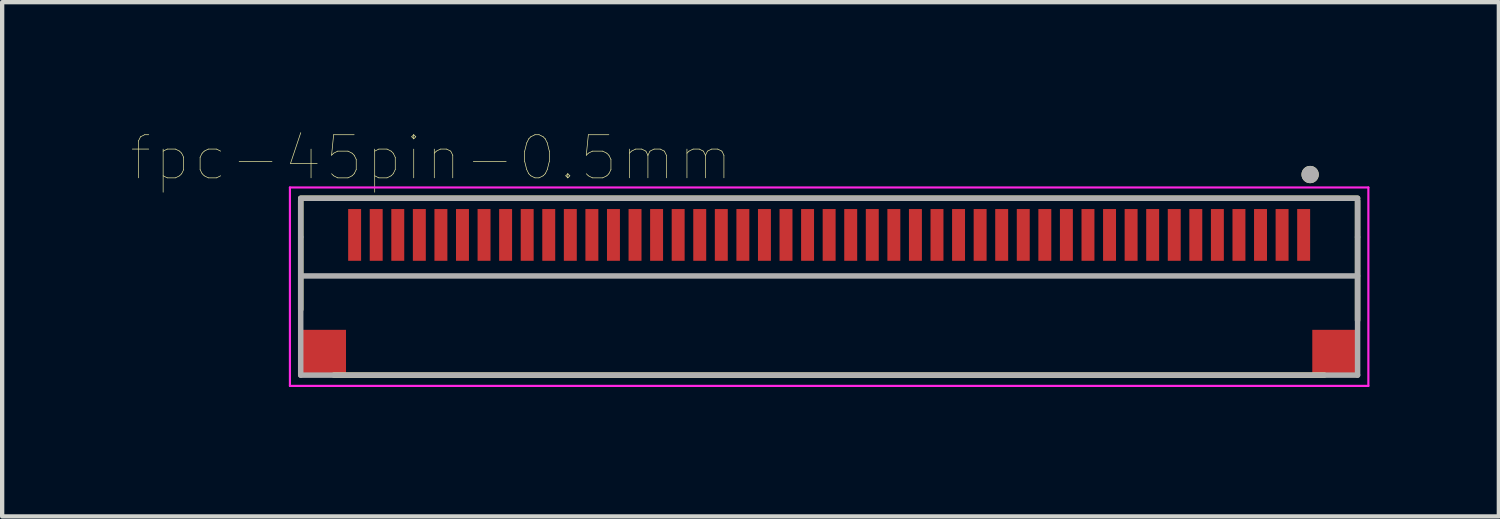
<source format=kicad_pcb>
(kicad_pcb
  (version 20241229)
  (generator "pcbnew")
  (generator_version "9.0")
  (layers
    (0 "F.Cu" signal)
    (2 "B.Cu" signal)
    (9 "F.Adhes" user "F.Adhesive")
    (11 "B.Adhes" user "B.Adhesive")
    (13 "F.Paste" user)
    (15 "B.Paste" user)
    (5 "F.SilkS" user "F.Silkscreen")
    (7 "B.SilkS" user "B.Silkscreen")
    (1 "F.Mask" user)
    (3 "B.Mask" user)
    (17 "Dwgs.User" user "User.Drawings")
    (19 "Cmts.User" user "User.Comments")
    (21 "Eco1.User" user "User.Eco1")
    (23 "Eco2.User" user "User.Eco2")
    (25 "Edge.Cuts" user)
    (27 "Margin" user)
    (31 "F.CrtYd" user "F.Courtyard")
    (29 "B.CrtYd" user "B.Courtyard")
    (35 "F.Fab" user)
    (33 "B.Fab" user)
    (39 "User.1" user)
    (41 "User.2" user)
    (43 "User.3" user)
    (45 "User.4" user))
  (footprint "fpc-45pin-0.5mm"
    (layer "F.Cu")
    (at 16.171 2.596)
    (property "Reference" "fpc-45pin-0.5mm" (at -9.225 -1.985 0) (layer "F.SilkS") (effects (font (size 1 1) (thickness 0.015))))
    (attr through_hole)
    (fp_line (start -12.25 -1.05) (end 12.25 -1.05) (stroke (width 0.127) (type solid)) (layer "F.SilkS"))
    (fp_line (start -12.25 1.53) (end -12.25 -1) (stroke (width 0.127) (type solid)) (layer "F.SilkS"))
    (fp_line (start -11.48 3.05) (end 11.48 3.05) (stroke (width 0.127) (type solid)) (layer "F.SilkS"))
    (fp_line (start 12.25 -1) (end 12.25 1.78) (stroke (width 0.127) (type solid)) (layer "F.SilkS"))
    (fp_circle (center 11.15 -1.6) (end 11.25 -1.6) (stroke (width 0.2) (type solid)) (fill no) (layer "F.SilkS"))
    (fp_poly (pts (xy -11.125 -0.4) (xy -10.875 -0.4) (xy -10.875 0.25) (xy -11.125 0.25)) (stroke (width 0.01) (type solid)) (fill yes) (layer "F.Paste"))
    (fp_poly (pts (xy -10.625 -0.4) (xy -10.375 -0.4) (xy -10.375 0.25) (xy -10.625 0.25)) (stroke (width 0.01) (type solid)) (fill yes) (layer "F.Paste"))
    (fp_poly (pts (xy -10.125 -0.4) (xy -9.875 -0.4) (xy -9.875 0.25) (xy -10.125 0.25)) (stroke (width 0.01) (type solid)) (fill yes) (layer "F.Paste"))
    (fp_poly (pts (xy -9.625 -0.4) (xy -9.375 -0.4) (xy -9.375 0.25) (xy -9.625 0.25)) (stroke (width 0.01) (type solid)) (fill yes) (layer "F.Paste"))
    (fp_poly (pts (xy -9.125 -0.4) (xy -8.875 -0.4) (xy -8.875 0.25) (xy -9.125 0.25)) (stroke (width 0.01) (type solid)) (fill yes) (layer "F.Paste"))
    (fp_poly (pts (xy -8.625 -0.4) (xy -8.375 -0.4) (xy -8.375 0.25) (xy -8.625 0.25)) (stroke (width 0.01) (type solid)) (fill yes) (layer "F.Paste"))
    (fp_poly (pts (xy -8.125 -0.4) (xy -7.875 -0.4) (xy -7.875 0.25) (xy -8.125 0.25)) (stroke (width 0.01) (type solid)) (fill yes) (layer "F.Paste"))
    (fp_poly (pts (xy -7.625 -0.4) (xy -7.375 -0.4) (xy -7.375 0.25) (xy -7.625 0.25)) (stroke (width 0.01) (type solid)) (fill yes) (layer "F.Paste"))
    (fp_poly (pts (xy -7.125 -0.4) (xy -6.875 -0.4) (xy -6.875 0.25) (xy -7.125 0.25)) (stroke (width 0.01) (type solid)) (fill yes) (layer "F.Paste"))
    (fp_poly (pts (xy -6.625 -0.4) (xy -6.375 -0.4) (xy -6.375 0.25) (xy -6.625 0.25)) (stroke (width 0.01) (type solid)) (fill yes) (layer "F.Paste"))
    (fp_poly (pts (xy -6.125 -0.4) (xy -5.875 -0.4) (xy -5.875 0.25) (xy -6.125 0.25)) (stroke (width 0.01) (type solid)) (fill yes) (layer "F.Paste"))
    (fp_poly (pts (xy -5.625 -0.4) (xy -5.375 -0.4) (xy -5.375 0.25) (xy -5.625 0.25)) (stroke (width 0.01) (type solid)) (fill yes) (layer "F.Paste"))
    (fp_poly (pts (xy -5.125 -0.4) (xy -4.875 -0.4) (xy -4.875 0.25) (xy -5.125 0.25)) (stroke (width 0.01) (type solid)) (fill yes) (layer "F.Paste"))
    (fp_poly (pts (xy -4.625 -0.4) (xy -4.375 -0.4) (xy -4.375 0.25) (xy -4.625 0.25)) (stroke (width 0.01) (type solid)) (fill yes) (layer "F.Paste"))
    (fp_poly (pts (xy -4.125 -0.4) (xy -3.875 -0.4) (xy -3.875 0.25) (xy -4.125 0.25)) (stroke (width 0.01) (type solid)) (fill yes) (layer "F.Paste"))
    (fp_poly (pts (xy -3.625 -0.4) (xy -3.375 -0.4) (xy -3.375 0.25) (xy -3.625 0.25)) (stroke (width 0.01) (type solid)) (fill yes) (layer "F.Paste"))
    (fp_poly (pts (xy -3.125 -0.4) (xy -2.875 -0.4) (xy -2.875 0.25) (xy -3.125 0.25)) (stroke (width 0.01) (type solid)) (fill yes) (layer "F.Paste"))
    (fp_poly (pts (xy -2.625 -0.4) (xy -2.375 -0.4) (xy -2.375 0.25) (xy -2.625 0.25)) (stroke (width 0.01) (type solid)) (fill yes) (layer "F.Paste"))
    (fp_poly (pts (xy -2.125 -0.4) (xy -1.875 -0.4) (xy -1.875 0.25) (xy -2.125 0.25)) (stroke (width 0.01) (type solid)) (fill yes) (layer "F.Paste"))
    (fp_poly (pts (xy -1.625 -0.4) (xy -1.375 -0.4) (xy -1.375 0.25) (xy -1.625 0.25)) (stroke (width 0.01) (type solid)) (fill yes) (layer "F.Paste"))
    (fp_poly (pts (xy -1.125 -0.4) (xy -0.875 -0.4) (xy -0.875 0.25) (xy -1.125 0.25)) (stroke (width 0.01) (type solid)) (fill yes) (layer "F.Paste"))
    (fp_poly (pts (xy -0.625 -0.4) (xy -0.375 -0.4) (xy -0.375 0.25) (xy -0.625 0.25)) (stroke (width 0.01) (type solid)) (fill yes) (layer "F.Paste"))
    (fp_poly (pts (xy -0.125 -0.4) (xy 0.125 -0.4) (xy 0.125 0.25) (xy -0.125 0.25)) (stroke (width 0.01) (type solid)) (fill yes) (layer "F.Paste"))
    (fp_poly (pts (xy 0.375 -0.4) (xy 0.625 -0.4) (xy 0.625 0.25) (xy 0.375 0.25)) (stroke (width 0.01) (type solid)) (fill yes) (layer "F.Paste"))
    (fp_poly (pts (xy 0.875 -0.4) (xy 1.125 -0.4) (xy 1.125 0.25) (xy 0.875 0.25)) (stroke (width 0.01) (type solid)) (fill yes) (layer "F.Paste"))
    (fp_poly (pts (xy 1.375 -0.4) (xy 1.625 -0.4) (xy 1.625 0.25) (xy 1.375 0.25)) (stroke (width 0.01) (type solid)) (fill yes) (layer "F.Paste"))
    (fp_poly (pts (xy 1.875 -0.4) (xy 2.125 -0.4) (xy 2.125 0.25) (xy 1.875 0.25)) (stroke (width 0.01) (type solid)) (fill yes) (layer "F.Paste"))
    (fp_poly (pts (xy 2.375 -0.4) (xy 2.625 -0.4) (xy 2.625 0.25) (xy 2.375 0.25)) (stroke (width 0.01) (type solid)) (fill yes) (layer "F.Paste"))
    (fp_poly (pts (xy 2.875 -0.4) (xy 3.125 -0.4) (xy 3.125 0.25) (xy 2.875 0.25)) (stroke (width 0.01) (type solid)) (fill yes) (layer "F.Paste"))
    (fp_poly (pts (xy 3.375 -0.4) (xy 3.625 -0.4) (xy 3.625 0.25) (xy 3.375 0.25)) (stroke (width 0.01) (type solid)) (fill yes) (layer "F.Paste"))
    (fp_poly (pts (xy 3.875 -0.4) (xy 4.125 -0.4) (xy 4.125 0.25) (xy 3.875 0.25)) (stroke (width 0.01) (type solid)) (fill yes) (layer "F.Paste"))
    (fp_poly (pts (xy 4.375 -0.4) (xy 4.625 -0.4) (xy 4.625 0.25) (xy 4.375 0.25)) (stroke (width 0.01) (type solid)) (fill yes) (layer "F.Paste"))
    (fp_poly (pts (xy 4.875 -0.4) (xy 5.125 -0.4) (xy 5.125 0.25) (xy 4.875 0.25)) (stroke (width 0.01) (type solid)) (fill yes) (layer "F.Paste"))
    (fp_poly (pts (xy 5.375 -0.4) (xy 5.625 -0.4) (xy 5.625 0.25) (xy 5.375 0.25)) (stroke (width 0.01) (type solid)) (fill yes) (layer "F.Paste"))
    (fp_poly (pts (xy 5.875 -0.4) (xy 6.125 -0.4) (xy 6.125 0.25) (xy 5.875 0.25)) (stroke (width 0.01) (type solid)) (fill yes) (layer "F.Paste"))
    (fp_poly (pts (xy 6.375 -0.4) (xy 6.625 -0.4) (xy 6.625 0.25) (xy 6.375 0.25)) (stroke (width 0.01) (type solid)) (fill yes) (layer "F.Paste"))
    (fp_poly (pts (xy 6.875 -0.4) (xy 7.125 -0.4) (xy 7.125 0.25) (xy 6.875 0.25)) (stroke (width 0.01) (type solid)) (fill yes) (layer "F.Paste"))
    (fp_poly (pts (xy 7.375 -0.4) (xy 7.625 -0.4) (xy 7.625 0.25) (xy 7.375 0.25)) (stroke (width 0.01) (type solid)) (fill yes) (layer "F.Paste"))
    (fp_poly (pts (xy 7.875 -0.4) (xy 8.125 -0.4) (xy 8.125 0.25) (xy 7.875 0.25)) (stroke (width 0.01) (type solid)) (fill yes) (layer "F.Paste"))
    (fp_poly (pts (xy 8.375 -0.4) (xy 8.625 -0.4) (xy 8.625 0.25) (xy 8.375 0.25)) (stroke (width 0.01) (type solid)) (fill yes) (layer "F.Paste"))
    (fp_poly (pts (xy 8.875 -0.4) (xy 9.125 -0.4) (xy 9.125 0.25) (xy 8.875 0.25)) (stroke (width 0.01) (type solid)) (fill yes) (layer "F.Paste"))
    (fp_poly (pts (xy 9.375 -0.4) (xy 9.625 -0.4) (xy 9.625 0.25) (xy 9.375 0.25)) (stroke (width 0.01) (type solid)) (fill yes) (layer "F.Paste"))
    (fp_poly (pts (xy 9.875 -0.4) (xy 10.125 -0.4) (xy 10.125 0.25) (xy 9.875 0.25)) (stroke (width 0.01) (type solid)) (fill yes) (layer "F.Paste"))
    (fp_poly (pts (xy 10.375 -0.4) (xy 10.625 -0.4) (xy 10.625 0.25) (xy 10.375 0.25)) (stroke (width 0.01) (type solid)) (fill yes) (layer "F.Paste"))
    (fp_poly (pts (xy 10.875 -0.4) (xy 11.125 -0.4) (xy 11.125 0.25) (xy 10.875 0.25)) (stroke (width 0.01) (type solid)) (fill yes) (layer "F.Paste"))
    (fp_line (start -12.5 -1.3) (end 12.5 -1.3) (stroke (width 0.05) (type solid)) (layer "F.CrtYd"))
    (fp_line (start -12.5 3.3) (end -12.5 -1.3) (stroke (width 0.05) (type solid)) (layer "F.CrtYd"))
    (fp_line (start 12.5 -1.3) (end 12.5 3.3) (stroke (width 0.05) (type solid)) (layer "F.CrtYd"))
    (fp_line (start 12.5 3.3) (end -12.5 3.3) (stroke (width 0.05) (type solid)) (layer "F.CrtYd"))
    (fp_line (start -12.25 -1.05) (end 12.25 -1.05) (stroke (width 0.127) (type solid)) (layer "F.Fab"))
    (fp_line (start -12.25 -0.15) (end -12.25 -1) (stroke (width 0.127) (type solid)) (layer "F.Fab"))
    (fp_line (start -12.25 0.75) (end 12.25 0.75) (stroke (width 0.127) (type solid)) (layer "F.Fab"))
    (fp_line (start -12.25 3.05) (end -12.25 -0.15) (stroke (width 0.127) (type solid)) (layer "F.Fab"))
    (fp_line (start 12.25 -1) (end 12.25 -0.15) (stroke (width 0.127) (type solid)) (layer "F.Fab"))
    (fp_line (start 12.25 -0.15) (end 12.25 3.05) (stroke (width 0.127) (type solid)) (layer "F.Fab"))
    (fp_line (start 12.25 3.05) (end -12.25 3.05) (stroke (width 0.127) (type solid)) (layer "F.Fab"))
    (fp_circle (center 11.15 -1.6) (end 11.25 -1.6) (stroke (width 0.2) (type solid)) (fill no) (layer "F.Fab"))
    (pad "1" smd rect (at 11 -0.2) (size 0.3 1.2) (layers "F.Cu" "F.Mask"))
    (pad "2" smd rect (at 10.5 -0.2) (size 0.3 1.2) (layers "F.Cu" "F.Mask"))
    (pad "3" smd rect (at 10 -0.2) (size 0.3 1.2) (layers "F.Cu" "F.Mask"))
    (pad "4" smd rect (at 9.5 -0.2) (size 0.3 1.2) (layers "F.Cu" "F.Mask"))
    (pad "5" smd rect (at 9 -0.2) (size 0.3 1.2) (layers "F.Cu" "F.Mask"))
    (pad "6" smd rect (at 8.5 -0.2) (size 0.3 1.2) (layers "F.Cu" "F.Mask"))
    (pad "7" smd rect (at 8 -0.2) (size 0.3 1.2) (layers "F.Cu" "F.Mask"))
    (pad "8" smd rect (at 7.5 -0.2) (size 0.3 1.2) (layers "F.Cu" "F.Mask"))
    (pad "9" smd rect (at 7 -0.2) (size 0.3 1.2) (layers "F.Cu" "F.Mask"))
    (pad "10" smd rect (at 6.5 -0.2) (size 0.3 1.2) (layers "F.Cu" "F.Mask"))
    (pad "11" smd rect (at 6 -0.2) (size 0.3 1.2) (layers "F.Cu" "F.Mask"))
    (pad "12" smd rect (at 5.5 -0.2) (size 0.3 1.2) (layers "F.Cu" "F.Mask"))
    (pad "13" smd rect (at 5 -0.2) (size 0.3 1.2) (layers "F.Cu" "F.Mask"))
    (pad "14" smd rect (at 4.5 -0.2) (size 0.3 1.2) (layers "F.Cu" "F.Mask"))
    (pad "15" smd rect (at 4 -0.2) (size 0.3 1.2) (layers "F.Cu" "F.Mask"))
    (pad "16" smd rect (at 3.5 -0.2) (size 0.3 1.2) (layers "F.Cu" "F.Mask"))
    (pad "17" smd rect (at 3 -0.2) (size 0.3 1.2) (layers "F.Cu" "F.Mask"))
    (pad "18" smd rect (at 2.5 -0.2) (size 0.3 1.2) (layers "F.Cu" "F.Mask"))
    (pad "19" smd rect (at 2 -0.2) (size 0.3 1.2) (layers "F.Cu" "F.Mask"))
    (pad "20" smd rect (at 1.5 -0.2) (size 0.3 1.2) (layers "F.Cu" "F.Mask"))
    (pad "21" smd rect (at 1 -0.2) (size 0.3 1.2) (layers "F.Cu" "F.Mask"))
    (pad "22" smd rect (at 0.5 -0.2) (size 0.3 1.2) (layers "F.Cu" "F.Mask"))
    (pad "23" smd rect (at 0 -0.2) (size 0.3 1.2) (layers "F.Cu" "F.Mask"))
    (pad "24" smd rect (at -0.5 -0.2) (size 0.3 1.2) (layers "F.Cu" "F.Mask"))
    (pad "25" smd rect (at -1 -0.2) (size 0.3 1.2) (layers "F.Cu" "F.Mask"))
    (pad "26" smd rect (at -1.5 -0.2) (size 0.3 1.2) (layers "F.Cu" "F.Mask"))
    (pad "27" smd rect (at -2 -0.2) (size 0.3 1.2) (layers "F.Cu" "F.Mask"))
    (pad "28" smd rect (at -2.5 -0.2) (size 0.3 1.2) (layers "F.Cu" "F.Mask"))
    (pad "29" smd rect (at -3 -0.2) (size 0.3 1.2) (layers "F.Cu" "F.Mask"))
    (pad "30" smd rect (at -3.5 -0.2) (size 0.3 1.2) (layers "F.Cu" "F.Mask"))
    (pad "31" smd rect (at -4 -0.2) (size 0.3 1.2) (layers "F.Cu" "F.Mask"))
    (pad "32" smd rect (at -4.5 -0.2) (size 0.3 1.2) (layers "F.Cu" "F.Mask"))
    (pad "33" smd rect (at -5 -0.2) (size 0.3 1.2) (layers "F.Cu" "F.Mask"))
    (pad "34" smd rect (at -5.5 -0.2) (size 0.3 1.2) (layers "F.Cu" "F.Mask"))
    (pad "35" smd rect (at -6 -0.2) (size 0.3 1.2) (layers "F.Cu" "F.Mask"))
    (pad "36" smd rect (at -6.5 -0.2) (size 0.3 1.2) (layers "F.Cu" "F.Mask"))
    (pad "37" smd rect (at -7 -0.2) (size 0.3 1.2) (layers "F.Cu" "F.Mask"))
    (pad "38" smd rect (at -7.5 -0.2) (size 0.3 1.2) (layers "F.Cu" "F.Mask"))
    (pad "39" smd rect (at -8 -0.2) (size 0.3 1.2) (layers "F.Cu" "F.Mask"))
    (pad "40" smd rect (at -8.5 -0.2) (size 0.3 1.2) (layers "F.Cu" "F.Mask"))
    (pad "41" smd rect (at -9 -0.2) (size 0.3 1.2) (layers "F.Cu" "F.Mask"))
    (pad "42" smd rect (at -9.5 -0.2) (size 0.3 1.2) (layers "F.Cu" "F.Mask"))
    (pad "43" smd rect (at -10 -0.2) (size 0.3 1.2) (layers "F.Cu" "F.Mask"))
    (pad "44" smd rect (at -10.5 -0.2) (size 0.3 1.2) (layers "F.Cu" "F.Mask"))
    (pad "45" smd rect (at -11 -0.2) (size 0.3 1.2) (layers "F.Cu" "F.Mask"))
    (pad "S1" smd rect (at 11.7 2.5) (size 1 1) (layers "F.Cu" "F.Mask" "F.Paste"))
    (pad "S2" smd rect (at -11.7 2.5) (size 1 1) (layers "F.Cu" "F.Mask" "F.Paste")))
  (gr_rect
    (start -3 -3)
    (end 31.696 8.921)
    (stroke (width 0.1) (type default))
    (fill no)
    (layer "Edge.Cuts")))
</source>
